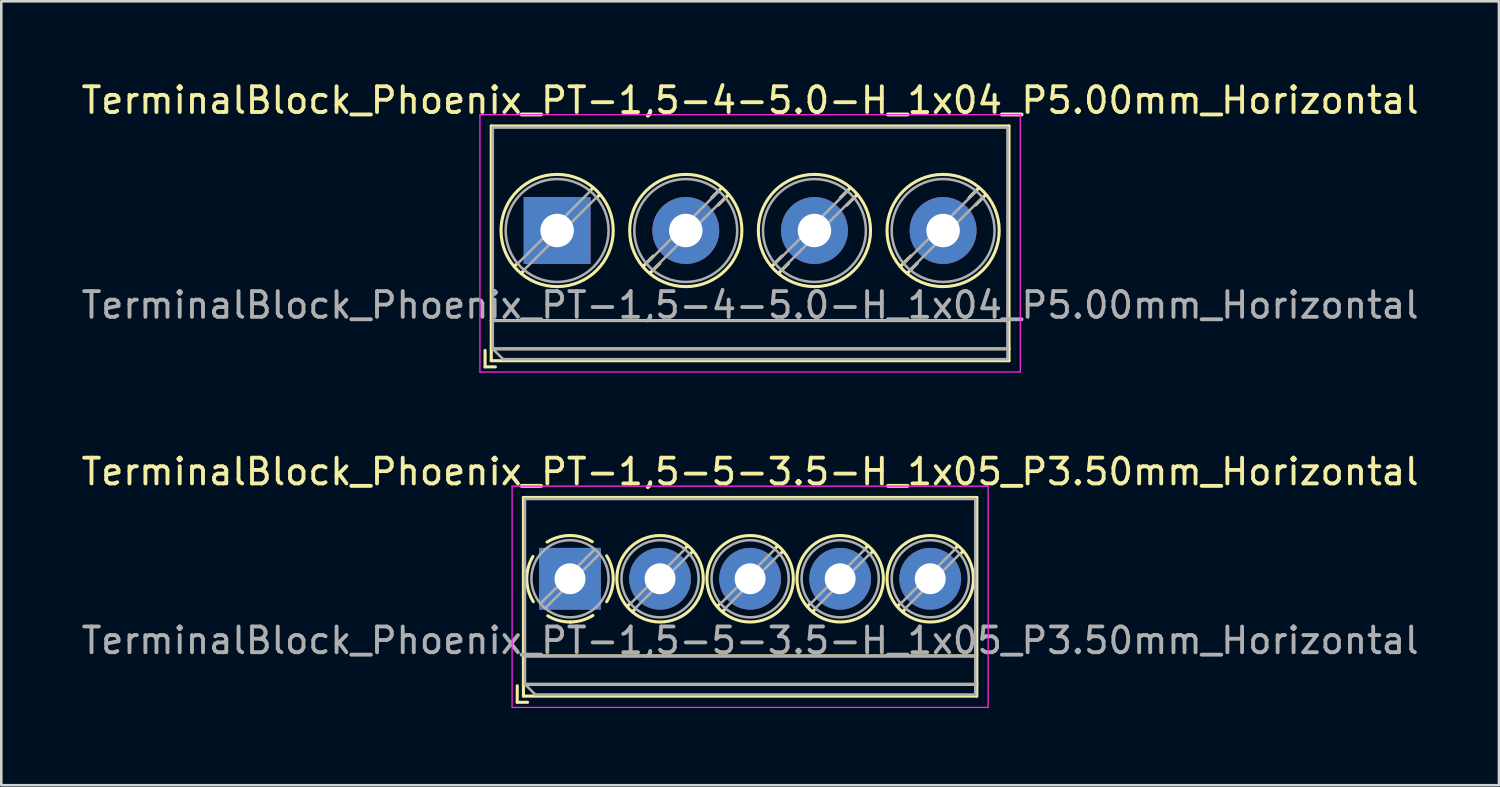
<source format=kicad_pcb>
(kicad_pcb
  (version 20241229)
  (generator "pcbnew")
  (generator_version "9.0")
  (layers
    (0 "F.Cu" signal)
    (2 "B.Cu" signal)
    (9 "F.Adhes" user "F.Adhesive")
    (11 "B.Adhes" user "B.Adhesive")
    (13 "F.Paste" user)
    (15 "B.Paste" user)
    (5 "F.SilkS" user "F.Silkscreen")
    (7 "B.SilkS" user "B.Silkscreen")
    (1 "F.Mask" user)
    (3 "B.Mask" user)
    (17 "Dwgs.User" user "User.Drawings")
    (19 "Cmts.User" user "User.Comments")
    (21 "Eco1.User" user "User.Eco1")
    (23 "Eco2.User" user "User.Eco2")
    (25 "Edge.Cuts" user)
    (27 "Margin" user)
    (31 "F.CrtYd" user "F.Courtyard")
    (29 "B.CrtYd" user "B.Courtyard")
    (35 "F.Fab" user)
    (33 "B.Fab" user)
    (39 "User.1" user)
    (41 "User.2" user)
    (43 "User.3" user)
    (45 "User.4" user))
  (footprint "TerminalBlock_Phoenix_PT-1,5-4-5.0-H_1x04_P5.00mm_Horizontal"
    (layer "F.Cu")
    (at 18.601 5.908)
    (property "Reference" "TerminalBlock_Phoenix_PT-1,5-4-5.0-H_1x04_P5.00mm_Horizontal" (at 7.5 -5.06 0) (layer "F.SilkS") (effects (font (size 1 1) (thickness 0.15))))
    (attr through_hole)
    (fp_line (start -2.8 4.66) (end -2.8 5.3) (stroke (width 0.12) (type solid)) (layer "F.SilkS"))
    (fp_line (start -2.8 5.3) (end -2.4 5.3) (stroke (width 0.12) (type solid)) (layer "F.SilkS"))
    (fp_line (start -2.56 -4.06) (end -2.56 5.06) (stroke (width 0.12) (type solid)) (layer "F.SilkS"))
    (fp_line (start -2.56 -4.06) (end 17.561 -4.06) (stroke (width 0.12) (type solid)) (layer "F.SilkS"))
    (fp_line (start -2.56 3.5) (end 17.561 3.5) (stroke (width 0.12) (type solid)) (layer "F.SilkS"))
    (fp_line (start -2.56 4.6) (end 17.561 4.6) (stroke (width 0.12) (type solid)) (layer "F.SilkS"))
    (fp_line (start -2.56 5.06) (end 17.561 5.06) (stroke (width 0.12) (type solid)) (layer "F.SilkS"))
    (fp_line (start -1.548 1.281) (end -1.654 1.388) (stroke (width 0.12) (type solid)) (layer "F.SilkS"))
    (fp_line (start -1.282 1.547) (end -1.388 1.654) (stroke (width 0.12) (type solid)) (layer "F.SilkS"))
    (fp_line (start 1.388 -1.654) (end 1.281 -1.547) (stroke (width 0.12) (type solid)) (layer "F.SilkS"))
    (fp_line (start 1.654 -1.388) (end 1.547 -1.281) (stroke (width 0.12) (type solid)) (layer "F.SilkS"))
    (fp_line (start 3.742 0.992) (end 3.347 1.388) (stroke (width 0.12) (type solid)) (layer "F.SilkS"))
    (fp_line (start 3.993 1.274) (end 3.613 1.654) (stroke (width 0.12) (type solid)) (layer "F.SilkS"))
    (fp_line (start 6.388 -1.654) (end 6.008 -1.274) (stroke (width 0.12) (type solid)) (layer "F.SilkS"))
    (fp_line (start 6.654 -1.388) (end 6.259 -0.992) (stroke (width 0.12) (type solid)) (layer "F.SilkS"))
    (fp_line (start 8.742 0.992) (end 8.347 1.388) (stroke (width 0.12) (type solid)) (layer "F.SilkS"))
    (fp_line (start 8.993 1.274) (end 8.613 1.654) (stroke (width 0.12) (type solid)) (layer "F.SilkS"))
    (fp_line (start 11.388 -1.654) (end 11.008 -1.274) (stroke (width 0.12) (type solid)) (layer "F.SilkS"))
    (fp_line (start 11.654 -1.388) (end 11.259 -0.992) (stroke (width 0.12) (type solid)) (layer "F.SilkS"))
    (fp_line (start 13.742 0.992) (end 13.347 1.388) (stroke (width 0.12) (type solid)) (layer "F.SilkS"))
    (fp_line (start 13.993 1.274) (end 13.613 1.654) (stroke (width 0.12) (type solid)) (layer "F.SilkS"))
    (fp_line (start 16.388 -1.654) (end 16.008 -1.274) (stroke (width 0.12) (type solid)) (layer "F.SilkS"))
    (fp_line (start 16.654 -1.388) (end 16.259 -0.992) (stroke (width 0.12) (type solid)) (layer "F.SilkS"))
    (fp_line (start 17.561 -4.06) (end 17.561 5.06) (stroke (width 0.12) (type solid)) (layer "F.SilkS"))
    (fp_circle (center 0 0) (end 2.18 0) (stroke (width 0.12) (type solid)) (fill no) (layer "F.SilkS"))
    (fp_circle (center 5 0) (end 7.18 0) (stroke (width 0.12) (type solid)) (fill no) (layer "F.SilkS"))
    (fp_circle (center 10 0) (end 12.18 0) (stroke (width 0.12) (type solid)) (fill no) (layer "F.SilkS"))
    (fp_circle (center 15 0) (end 17.18 0) (stroke (width 0.12) (type solid)) (fill no) (layer "F.SilkS"))
    (fp_line (start -3 -4.5) (end -3 5.5) (stroke (width 0.05) (type solid)) (layer "F.CrtYd"))
    (fp_line (start -3 5.5) (end 18 5.5) (stroke (width 0.05) (type solid)) (layer "F.CrtYd"))
    (fp_line (start 18 -4.5) (end -3 -4.5) (stroke (width 0.05) (type solid)) (layer "F.CrtYd"))
    (fp_line (start 18 5.5) (end 18 -4.5) (stroke (width 0.05) (type solid)) (layer "F.CrtYd"))
    (fp_line (start -2.5 -4) (end 17.5 -4) (stroke (width 0.1) (type solid)) (layer "F.Fab"))
    (fp_line (start -2.5 3.5) (end 17.5 3.5) (stroke (width 0.1) (type solid)) (layer "F.Fab"))
    (fp_line (start -2.5 4.6) (end -2.5 -4) (stroke (width 0.1) (type solid)) (layer "F.Fab"))
    (fp_line (start -2.5 4.6) (end 17.5 4.6) (stroke (width 0.1) (type solid)) (layer "F.Fab"))
    (fp_line (start -2.1 5) (end -2.5 4.6) (stroke (width 0.1) (type solid)) (layer "F.Fab"))
    (fp_line (start 1.273 -1.517) (end -1.517 1.273) (stroke (width 0.1) (type solid)) (layer "F.Fab"))
    (fp_line (start 1.517 -1.273) (end -1.273 1.517) (stroke (width 0.1) (type solid)) (layer "F.Fab"))
    (fp_line (start 6.273 -1.517) (end 3.484 1.273) (stroke (width 0.1) (type solid)) (layer "F.Fab"))
    (fp_line (start 6.517 -1.273) (end 3.728 1.517) (stroke (width 0.1) (type solid)) (layer "F.Fab"))
    (fp_line (start 11.273 -1.517) (end 8.484 1.273) (stroke (width 0.1) (type solid)) (layer "F.Fab"))
    (fp_line (start 11.517 -1.273) (end 8.728 1.517) (stroke (width 0.1) (type solid)) (layer "F.Fab"))
    (fp_line (start 16.273 -1.517) (end 13.484 1.273) (stroke (width 0.1) (type solid)) (layer "F.Fab"))
    (fp_line (start 16.517 -1.273) (end 13.728 1.517) (stroke (width 0.1) (type solid)) (layer "F.Fab"))
    (fp_line (start 17.5 -4) (end 17.5 5) (stroke (width 0.1) (type solid)) (layer "F.Fab"))
    (fp_line (start 17.5 5) (end -2.1 5) (stroke (width 0.1) (type solid)) (layer "F.Fab"))
    (fp_circle (center 0 0) (end 2 0) (stroke (width 0.1) (type solid)) (fill no) (layer "F.Fab"))
    (fp_circle (center 5 0) (end 7 0) (stroke (width 0.1) (type solid)) (fill no) (layer "F.Fab"))
    (fp_circle (center 10 0) (end 12 0) (stroke (width 0.1) (type solid)) (fill no) (layer "F.Fab"))
    (fp_circle (center 15 0) (end 17 0) (stroke (width 0.1) (type solid)) (fill no) (layer "F.Fab"))
    (fp_text user "${REFERENCE}" (at 7.5 2.9 0) (layer "F.Fab") (effects (font (size 1 1) (thickness 0.15))))
    (pad "1" thru_hole rect (at 0 0) (size 2.6 2.6) (drill 1.3) (layers "*.Cu" "*.Mask"))
    (pad "2" thru_hole circle (at 5 0) (size 2.6 2.6) (drill 1.3) (layers "*.Cu" "*.Mask"))
    (pad "3" thru_hole circle (at 10 0) (size 2.6 2.6) (drill 1.3) (layers "*.Cu" "*.Mask"))
    (pad "4" thru_hole circle (at 15 0) (size 2.6 2.6) (drill 1.3) (layers "*.Cu" "*.Mask")))
  (footprint "TerminalBlock_Phoenix_PT-1,5-5-3.5-H_1x05_P3.50mm_Horizontal"
    (layer "F.Cu")
    (at 19.101 19.442)
    (property "Reference" "TerminalBlock_Phoenix_PT-1,5-5-3.5-H_1x05_P3.50mm_Horizontal" (at 7 -4.16 0) (layer "F.SilkS") (effects (font (size 1 1) (thickness 0.15))))
    (attr through_hole)
    (fp_line (start -2.05 4.16) (end -2.05 4.8) (stroke (width 0.12) (type solid)) (layer "F.SilkS"))
    (fp_line (start -2.05 4.8) (end -1.65 4.8) (stroke (width 0.12) (type solid)) (layer "F.SilkS"))
    (fp_line (start -1.81 -3.16) (end -1.81 4.56) (stroke (width 0.12) (type solid)) (layer "F.SilkS"))
    (fp_line (start -1.81 -3.16) (end 15.81 -3.16) (stroke (width 0.12) (type solid)) (layer "F.SilkS"))
    (fp_line (start -1.81 3) (end 15.81 3) (stroke (width 0.12) (type solid)) (layer "F.SilkS"))
    (fp_line (start -1.81 4.1) (end 15.81 4.1) (stroke (width 0.12) (type solid)) (layer "F.SilkS"))
    (fp_line (start -1.81 4.56) (end 15.81 4.56) (stroke (width 0.12) (type solid)) (layer "F.SilkS"))
    (fp_line (start 2.355 0.941) (end 2.226 1.069) (stroke (width 0.12) (type solid)) (layer "F.SilkS"))
    (fp_line (start 2.525 1.181) (end 2.431 1.274) (stroke (width 0.12) (type solid)) (layer "F.SilkS"))
    (fp_line (start 4.57 -1.275) (end 4.476 -1.181) (stroke (width 0.12) (type solid)) (layer "F.SilkS"))
    (fp_line (start 4.775 -1.069) (end 4.646 -0.941) (stroke (width 0.12) (type solid)) (layer "F.SilkS"))
    (fp_line (start 5.855 0.941) (end 5.726 1.069) (stroke (width 0.12) (type solid)) (layer "F.SilkS"))
    (fp_line (start 6.025 1.181) (end 5.931 1.274) (stroke (width 0.12) (type solid)) (layer "F.SilkS"))
    (fp_line (start 8.07 -1.275) (end 7.976 -1.181) (stroke (width 0.12) (type solid)) (layer "F.SilkS"))
    (fp_line (start 8.275 -1.069) (end 8.146 -0.941) (stroke (width 0.12) (type solid)) (layer "F.SilkS"))
    (fp_line (start 9.355 0.941) (end 9.226 1.069) (stroke (width 0.12) (type solid)) (layer "F.SilkS"))
    (fp_line (start 9.525 1.181) (end 9.431 1.274) (stroke (width 0.12) (type solid)) (layer "F.SilkS"))
    (fp_line (start 11.57 -1.275) (end 11.476 -1.181) (stroke (width 0.12) (type solid)) (layer "F.SilkS"))
    (fp_line (start 11.775 -1.069) (end 11.646 -0.941) (stroke (width 0.12) (type solid)) (layer "F.SilkS"))
    (fp_line (start 12.855 0.941) (end 12.726 1.069) (stroke (width 0.12) (type solid)) (layer "F.SilkS"))
    (fp_line (start 13.025 1.181) (end 12.931 1.274) (stroke (width 0.12) (type solid)) (layer "F.SilkS"))
    (fp_line (start 15.07 -1.275) (end 14.976 -1.181) (stroke (width 0.12) (type solid)) (layer "F.SilkS"))
    (fp_line (start 15.275 -1.069) (end 15.146 -0.941) (stroke (width 0.12) (type solid)) (layer "F.SilkS"))
    (fp_line (start 15.81 -3.16) (end 15.81 4.56) (stroke (width 0.12) (type solid)) (layer "F.SilkS"))
    (fp_arc (start -1.425358 0.889894) (mid -1.680286 0.014012) (end -1.44 -0.866) (stroke (width 0.12) (type solid)) (layer "F.SilkS"))
    (fp_arc (start -0.889894 -1.425358) (mid -0.014012 -1.680286) (end 0.866 -1.44) (stroke (width 0.12) (type solid)) (layer "F.SilkS"))
    (fp_arc (start 0.028674 1.680099) (mid -0.435535 1.622918) (end -0.866 1.44) (stroke (width 0.12) (type solid)) (layer "F.SilkS"))
    (fp_arc (start 0.890264 1.424721) (mid 0.463071 1.61492) (end 0 1.68) (stroke (width 0.12) (type solid)) (layer "F.SilkS"))
    (fp_arc (start 1.425504 -0.890193) (mid 1.680626 0.000476) (end 1.425 0.891) (stroke (width 0.12) (type solid)) (layer "F.SilkS"))
    (fp_circle (center 3.5 0) (end 5.18 0) (stroke (width 0.12) (type solid)) (fill no) (layer "F.SilkS"))
    (fp_circle (center 7 0) (end 8.68 0) (stroke (width 0.12) (type solid)) (fill no) (layer "F.SilkS"))
    (fp_circle (center 10.5 0) (end 12.18 0) (stroke (width 0.12) (type solid)) (fill no) (layer "F.SilkS"))
    (fp_circle (center 14 0) (end 15.68 0) (stroke (width 0.12) (type solid)) (fill no) (layer "F.SilkS"))
    (fp_line (start -2.25 -3.6) (end -2.25 5) (stroke (width 0.05) (type solid)) (layer "F.CrtYd"))
    (fp_line (start -2.25 5) (end 16.25 5) (stroke (width 0.05) (type solid)) (layer "F.CrtYd"))
    (fp_line (start 16.25 -3.6) (end -2.25 -3.6) (stroke (width 0.05) (type solid)) (layer "F.CrtYd"))
    (fp_line (start 16.25 5) (end 16.25 -3.6) (stroke (width 0.05) (type solid)) (layer "F.CrtYd"))
    (fp_line (start -1.75 -3.1) (end 15.75 -3.1) (stroke (width 0.1) (type solid)) (layer "F.Fab"))
    (fp_line (start -1.75 3) (end 15.75 3) (stroke (width 0.1) (type solid)) (layer "F.Fab"))
    (fp_line (start -1.75 4.1) (end -1.75 -3.1) (stroke (width 0.1) (type solid)) (layer "F.Fab"))
    (fp_line (start -1.75 4.1) (end 15.75 4.1) (stroke (width 0.1) (type solid)) (layer "F.Fab"))
    (fp_line (start -1.35 4.5) (end -1.75 4.1) (stroke (width 0.1) (type solid)) (layer "F.Fab"))
    (fp_line (start 0.955 -1.138) (end -1.138 0.955) (stroke (width 0.1) (type solid)) (layer "F.Fab"))
    (fp_line (start 1.138 -0.955) (end -0.955 1.138) (stroke (width 0.1) (type solid)) (layer "F.Fab"))
    (fp_line (start 4.455 -1.138) (end 2.363 0.955) (stroke (width 0.1) (type solid)) (layer "F.Fab"))
    (fp_line (start 4.638 -0.955) (end 2.546 1.138) (stroke (width 0.1) (type solid)) (layer "F.Fab"))
    (fp_line (start 7.955 -1.138) (end 5.863 0.955) (stroke (width 0.1) (type solid)) (layer "F.Fab"))
    (fp_line (start 8.138 -0.955) (end 6.046 1.138) (stroke (width 0.1) (type solid)) (layer "F.Fab"))
    (fp_line (start 11.455 -1.138) (end 9.363 0.955) (stroke (width 0.1) (type solid)) (layer "F.Fab"))
    (fp_line (start 11.638 -0.955) (end 9.546 1.138) (stroke (width 0.1) (type solid)) (layer "F.Fab"))
    (fp_line (start 14.955 -1.138) (end 12.863 0.955) (stroke (width 0.1) (type solid)) (layer "F.Fab"))
    (fp_line (start 15.138 -0.955) (end 13.046 1.138) (stroke (width 0.1) (type solid)) (layer "F.Fab"))
    (fp_line (start 15.75 -3.1) (end 15.75 4.5) (stroke (width 0.1) (type solid)) (layer "F.Fab"))
    (fp_line (start 15.75 4.5) (end -1.35 4.5) (stroke (width 0.1) (type solid)) (layer "F.Fab"))
    (fp_circle (center 0 0) (end 1.5 0) (stroke (width 0.1) (type solid)) (fill no) (layer "F.Fab"))
    (fp_circle (center 3.5 0) (end 5 0) (stroke (width 0.1) (type solid)) (fill no) (layer "F.Fab"))
    (fp_circle (center 7 0) (end 8.5 0) (stroke (width 0.1) (type solid)) (fill no) (layer "F.Fab"))
    (fp_circle (center 10.5 0) (end 12 0) (stroke (width 0.1) (type solid)) (fill no) (layer "F.Fab"))
    (fp_circle (center 14 0) (end 15.5 0) (stroke (width 0.1) (type solid)) (fill no) (layer "F.Fab"))
    (fp_text user "${REFERENCE}" (at 7 2.4 0) (layer "F.Fab") (effects (font (size 1 1) (thickness 0.15))))
    (pad "1" thru_hole rect (at 0 0) (size 2.4 2.4) (drill 1.2) (layers "*.Cu" "*.Mask"))
    (pad "2" thru_hole circle (at 3.5 0) (size 2.4 2.4) (drill 1.2) (layers "*.Cu" "*.Mask"))
    (pad "3" thru_hole circle (at 7 0) (size 2.4 2.4) (drill 1.2) (layers "*.Cu" "*.Mask"))
    (pad "4" thru_hole circle (at 10.5 0) (size 2.4 2.4) (drill 1.2) (layers "*.Cu" "*.Mask"))
    (pad "5" thru_hole circle (at 14 0) (size 2.4 2.4) (drill 1.2) (layers "*.Cu" "*.Mask")))
  (gr_rect
    (start -3 -3)
    (end 55.202 27.466)
    (stroke (width 0.1) (type default))
    (fill no)
    (layer "Edge.Cuts")))
</source>
